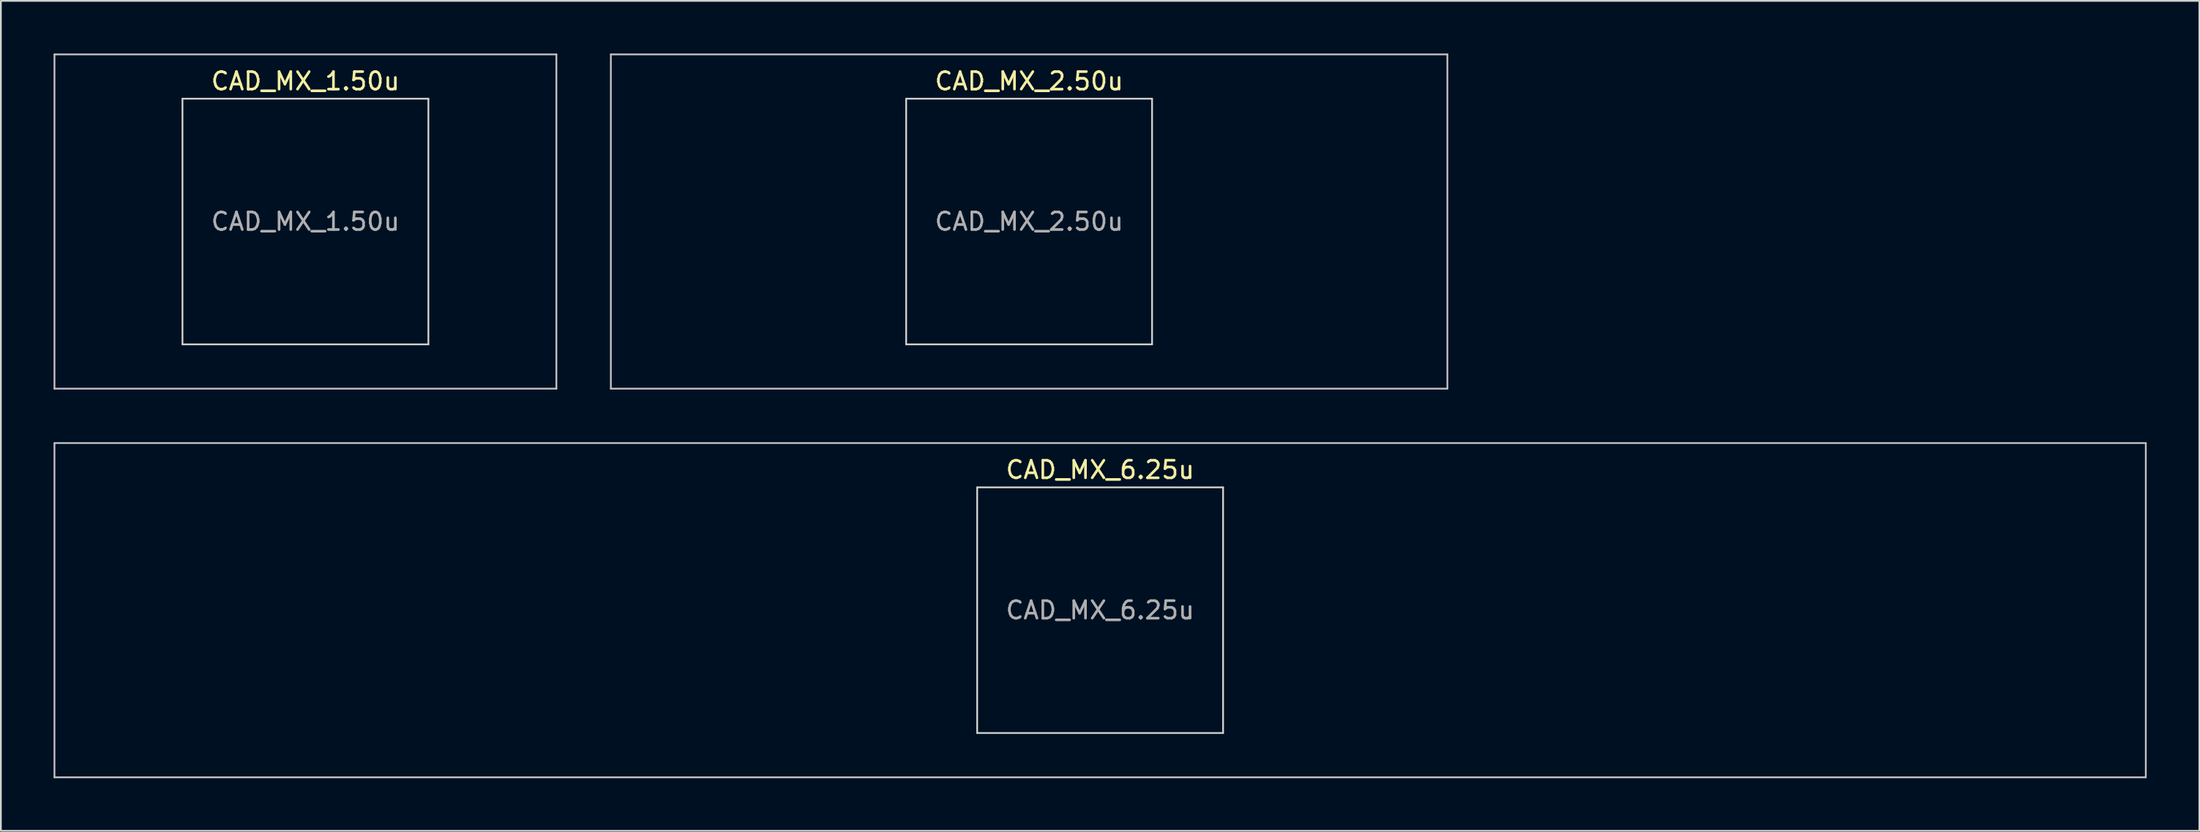
<source format=kicad_pcb>
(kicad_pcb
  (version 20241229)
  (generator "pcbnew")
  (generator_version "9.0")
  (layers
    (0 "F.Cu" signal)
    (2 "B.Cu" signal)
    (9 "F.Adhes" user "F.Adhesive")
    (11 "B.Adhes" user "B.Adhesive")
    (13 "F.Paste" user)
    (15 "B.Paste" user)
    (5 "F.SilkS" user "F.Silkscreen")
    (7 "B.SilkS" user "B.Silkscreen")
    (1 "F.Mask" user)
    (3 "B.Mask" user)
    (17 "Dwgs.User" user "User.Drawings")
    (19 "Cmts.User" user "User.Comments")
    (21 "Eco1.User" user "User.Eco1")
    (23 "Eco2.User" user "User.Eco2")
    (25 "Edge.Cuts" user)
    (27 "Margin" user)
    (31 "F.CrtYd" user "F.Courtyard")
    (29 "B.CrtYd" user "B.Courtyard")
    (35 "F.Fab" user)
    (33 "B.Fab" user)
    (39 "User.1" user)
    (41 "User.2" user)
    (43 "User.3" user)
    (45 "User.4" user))
  (footprint "CAD_MX_6.25u"
    (layer "F.Cu")
    (at 59.581 31.725)
    (property "Reference" "CAD_MX_6.25u" (at 0 -8 0) (layer "F.SilkS") (effects (font (size 1 1) (thickness 0.15))))
    (attr through_hole)
    (fp_line (start -59.531 -9.525) (end -59.531 9.525) (stroke (width 0.1) (type solid)) (layer "Dwgs.User"))
    (fp_line (start -59.531 9.525) (end 59.531 9.525) (stroke (width 0.1) (type solid)) (layer "Dwgs.User"))
    (fp_line (start 59.531 -9.525) (end -59.531 -9.525) (stroke (width 0.1) (type solid)) (layer "Dwgs.User"))
    (fp_line (start 59.531 9.525) (end 59.531 -9.525) (stroke (width 0.1) (type solid)) (layer "Dwgs.User"))
    (fp_line (start -7 -7) (end -7 7) (stroke (width 0.1) (type solid)) (layer "Edge.Cuts"))
    (fp_line (start -7 7) (end 7 7) (stroke (width 0.1) (type solid)) (layer "Edge.Cuts"))
    (fp_line (start 7 -7) (end -7 -7) (stroke (width 0.1) (type solid)) (layer "Edge.Cuts"))
    (fp_line (start 7 7) (end 7 -7) (stroke (width 0.1) (type solid)) (layer "Edge.Cuts"))
    (fp_text user "${REFERENCE}" (at 0 0 0) (layer "F.Fab") (effects (font (size 1 1) (thickness 0.15)))))
  (footprint "CAD_MX_2.50u"
    (layer "F.Cu")
    (at 55.538 9.575)
    (property "Reference" "CAD_MX_2.50u" (at 0 -8 0) (layer "F.SilkS") (effects (font (size 1 1) (thickness 0.15))))
    (attr through_hole)
    (fp_line (start -23.812 -9.525) (end -23.812 9.525) (stroke (width 0.1) (type solid)) (layer "Dwgs.User"))
    (fp_line (start -23.812 9.525) (end 23.812 9.525) (stroke (width 0.1) (type solid)) (layer "Dwgs.User"))
    (fp_line (start 23.812 -9.525) (end -23.812 -9.525) (stroke (width 0.1) (type solid)) (layer "Dwgs.User"))
    (fp_line (start 23.812 9.525) (end 23.812 -9.525) (stroke (width 0.1) (type solid)) (layer "Dwgs.User"))
    (fp_line (start -7 -7) (end -7 7) (stroke (width 0.1) (type solid)) (layer "Edge.Cuts"))
    (fp_line (start -7 7) (end 7 7) (stroke (width 0.1) (type solid)) (layer "Edge.Cuts"))
    (fp_line (start 7 -7) (end -7 -7) (stroke (width 0.1) (type solid)) (layer "Edge.Cuts"))
    (fp_line (start 7 7) (end 7 -7) (stroke (width 0.1) (type solid)) (layer "Edge.Cuts"))
    (fp_text user "${REFERENCE}" (at 0 0 0) (layer "F.Fab") (effects (font (size 1 1) (thickness 0.15)))))
  (footprint "CAD_MX_1.50u"
    (layer "F.Cu")
    (at 14.338 9.575)
    (property "Reference" "CAD_MX_1.50u" (at 0 -8 0) (layer "F.SilkS") (effects (font (size 1 1) (thickness 0.15))))
    (attr through_hole)
    (fp_line (start -14.287 -9.525) (end -14.287 9.525) (stroke (width 0.1) (type solid)) (layer "Dwgs.User"))
    (fp_line (start -14.287 9.525) (end 14.287 9.525) (stroke (width 0.1) (type solid)) (layer "Dwgs.User"))
    (fp_line (start 14.287 -9.525) (end -14.287 -9.525) (stroke (width 0.1) (type solid)) (layer "Dwgs.User"))
    (fp_line (start 14.287 9.525) (end 14.287 -9.525) (stroke (width 0.1) (type solid)) (layer "Dwgs.User"))
    (fp_line (start -7 -7) (end -7 7) (stroke (width 0.1) (type solid)) (layer "Edge.Cuts"))
    (fp_line (start -7 7) (end 7 7) (stroke (width 0.1) (type solid)) (layer "Edge.Cuts"))
    (fp_line (start 7 -7) (end -7 -7) (stroke (width 0.1) (type solid)) (layer "Edge.Cuts"))
    (fp_line (start 7 7) (end 7 -7) (stroke (width 0.1) (type solid)) (layer "Edge.Cuts"))
    (fp_text user "${REFERENCE}" (at 0 0 0) (layer "F.Fab") (effects (font (size 1 1) (thickness 0.15)))))
  (gr_rect
    (start -3 -3)
    (end 122.162 44.3)
    (stroke (width 0.1) (type default))
    (fill no)
    (layer "Edge.Cuts")))
</source>
